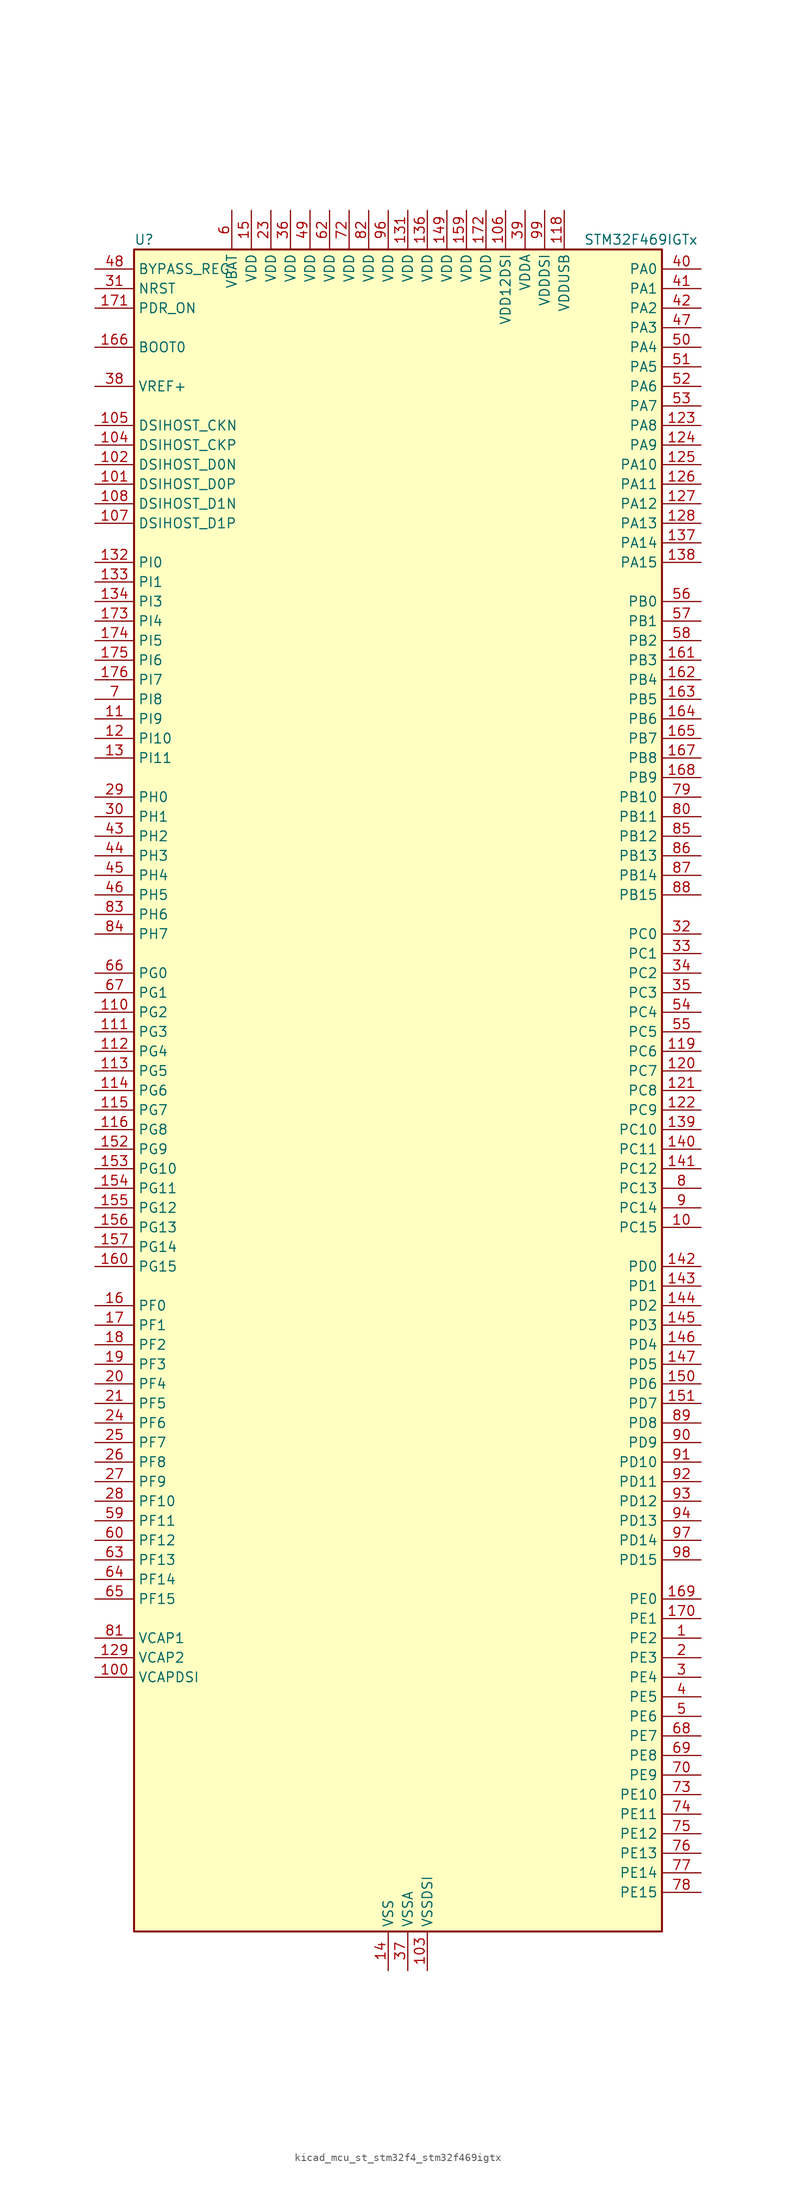
<source format=kicad_sym>
(kicad_symbol_lib
  (version 20220914)
  (generator kicad_symbol_editor)
  (symbol "kicad_mcu_st_stm32f4_stm32f469igtx"
    (property "Reference" "U"
      (at -33.02 110.49 0)
      (effects (font (size 1.27 1.27)) (justify left)))
    (property "Value" "STM32F469IGTx"
      (at 25.4 110.49 0)
      (effects (font (size 1.27 1.27)) (justify left)))
    (property "ki_locked" ""
      (at 0 0 0)
      (effects (font (size 1.27 1.27))))
    (symbol "kicad_mcu_st_stm32f4_stm32f469igtx_0_1"
      (rectangle (start -33.02 -109.22) (end 35.56 109.22) (stroke (width 0.254) (type default)) (fill (type background))))
    (symbol "kicad_mcu_st_stm32f4_stm32f469igtx_1_1"
      (pin bidirectional line (at 40.64 -71.12 180) (length 5.08) (name "PE2" (effects (font (size 1.27 1.27)))) (number "1" (effects (font (size 1.27 1.27)))) (alternate "ETH_TXD3" bidirectional line) (alternate "FMC_A23" bidirectional line) (alternate "QUADSPI_BK1_IO2" bidirectional line) (alternate "SAI1_MCLK_A" bidirectional line) (alternate "SPI4_SCK" bidirectional line) (alternate "SYS_TRACECLK" bidirectional line))
      (pin bidirectional line (at 40.64 -17.78 180) (length 5.08) (name "PC15" (effects (font (size 1.27 1.27)))) (number "10" (effects (font (size 1.27 1.27)))) (alternate "ADC1_EXTI15" bidirectional line) (alternate "ADC2_EXTI15" bidirectional line) (alternate "ADC3_EXTI15" bidirectional line) (alternate "RCC_OSC32_OUT" bidirectional line))
      (pin power_out line (at -38.1 -76.2 0) (length 5.08) (name "VCAPDSI" (effects (font (size 1.27 1.27)))) (number "100" (effects (font (size 1.27 1.27)))))
      (pin bidirectional line (at -38.1 78.74 0) (length 5.08) (name "DSIHOST_D0P" (effects (font (size 1.27 1.27)))) (number "101" (effects (font (size 1.27 1.27)))) (alternate "DSIHOST_D0P" bidirectional line))
      (pin bidirectional line (at -38.1 81.28 0) (length 5.08) (name "DSIHOST_D0N" (effects (font (size 1.27 1.27)))) (number "102" (effects (font (size 1.27 1.27)))) (alternate "DSIHOST_D0N" bidirectional line))
      (pin power_in line (at 5.08 -114.3 90) (length 5.08) (name "VSSDSI" (effects (font (size 1.27 1.27)))) (number "103" (effects (font (size 1.27 1.27)))))
      (pin bidirectional line (at -38.1 83.82 0) (length 5.08) (name "DSIHOST_CKP" (effects (font (size 1.27 1.27)))) (number "104" (effects (font (size 1.27 1.27)))) (alternate "DSIHOST_CKP" bidirectional line))
      (pin bidirectional line (at -38.1 86.36 0) (length 5.08) (name "DSIHOST_CKN" (effects (font (size 1.27 1.27)))) (number "105" (effects (font (size 1.27 1.27)))) (alternate "DSIHOST_CKN" bidirectional line))
      (pin power_in line (at 15.24 114.3 270) (length 5.08) (name "VDD12DSI" (effects (font (size 1.27 1.27)))) (number "106" (effects (font (size 1.27 1.27)))))
      (pin bidirectional line (at -38.1 73.66 0) (length 5.08) (name "DSIHOST_D1P" (effects (font (size 1.27 1.27)))) (number "107" (effects (font (size 1.27 1.27)))) (alternate "DSIHOST_D1P" bidirectional line))
      (pin bidirectional line (at -38.1 76.2 0) (length 5.08) (name "DSIHOST_D1N" (effects (font (size 1.27 1.27)))) (number "108" (effects (font (size 1.27 1.27)))) (alternate "DSIHOST_D1N" bidirectional line))
      (pin passive line (at 5.08 -114.3 90) (length 5.08) hide (name "VSSDSI" (effects (font (size 1.27 1.27)))) (number "109" (effects (font (size 1.27 1.27)))))
      (pin bidirectional line (at -38.1 48.26 0) (length 5.08) (name "PI9" (effects (font (size 1.27 1.27)))) (number "11" (effects (font (size 1.27 1.27)))) (alternate "CAN1_RX" bidirectional line) (alternate "DAC_EXTI9" bidirectional line) (alternate "FMC_D30" bidirectional line) (alternate "LTDC_VSYNC" bidirectional line))
      (pin bidirectional line (at -38.1 10.16 0) (length 5.08) (name "PG2" (effects (font (size 1.27 1.27)))) (number "110" (effects (font (size 1.27 1.27)))) (alternate "FMC_A12" bidirectional line))
      (pin bidirectional line (at -38.1 7.62 0) (length 5.08) (name "PG3" (effects (font (size 1.27 1.27)))) (number "111" (effects (font (size 1.27 1.27)))) (alternate "FMC_A13" bidirectional line))
      (pin bidirectional line (at -38.1 5.08 0) (length 5.08) (name "PG4" (effects (font (size 1.27 1.27)))) (number "112" (effects (font (size 1.27 1.27)))) (alternate "FMC_A14" bidirectional line) (alternate "FMC_BA0" bidirectional line))
      (pin bidirectional line (at -38.1 2.54 0) (length 5.08) (name "PG5" (effects (font (size 1.27 1.27)))) (number "113" (effects (font (size 1.27 1.27)))) (alternate "FMC_A15" bidirectional line) (alternate "FMC_BA1" bidirectional line))
      (pin bidirectional line (at -38.1 0 0) (length 5.08) (name "PG6" (effects (font (size 1.27 1.27)))) (number "114" (effects (font (size 1.27 1.27)))) (alternate "DCMI_D12" bidirectional line) (alternate "LTDC_R7" bidirectional line))
      (pin bidirectional line (at -38.1 -2.54 0) (length 5.08) (name "PG7" (effects (font (size 1.27 1.27)))) (number "115" (effects (font (size 1.27 1.27)))) (alternate "DCMI_D13" bidirectional line) (alternate "FMC_INT" bidirectional line) (alternate "LTDC_CLK" bidirectional line) (alternate "SAI1_MCLK_A" bidirectional line) (alternate "USART6_CK" bidirectional line))
      (pin bidirectional line (at -38.1 -5.08 0) (length 5.08) (name "PG8" (effects (font (size 1.27 1.27)))) (number "116" (effects (font (size 1.27 1.27)))) (alternate "ETH_PPS_OUT" bidirectional line) (alternate "FMC_SDCLK" bidirectional line) (alternate "LTDC_G7" bidirectional line) (alternate "SPI6_NSS" bidirectional line) (alternate "USART6_RTS" bidirectional line))
      (pin passive line (at 0 -114.3 90) (length 5.08) hide (name "VSS" (effects (font (size 1.27 1.27)))) (number "117" (effects (font (size 1.27 1.27)))))
      (pin power_in line (at 22.86 114.3 270) (length 5.08) (name "VDDUSB" (effects (font (size 1.27 1.27)))) (number "118" (effects (font (size 1.27 1.27)))))
      (pin bidirectional line (at 40.64 5.08 180) (length 5.08) (name "PC6" (effects (font (size 1.27 1.27)))) (number "119" (effects (font (size 1.27 1.27)))) (alternate "DCMI_D0" bidirectional line) (alternate "I2S2_MCK" bidirectional line) (alternate "LTDC_HSYNC" bidirectional line) (alternate "SDIO_D6" bidirectional line) (alternate "TIM3_CH1" bidirectional line) (alternate "TIM8_CH1" bidirectional line) (alternate "USART6_TX" bidirectional line))
      (pin bidirectional line (at -38.1 45.72 0) (length 5.08) (name "PI10" (effects (font (size 1.27 1.27)))) (number "12" (effects (font (size 1.27 1.27)))) (alternate "ETH_RX_ER" bidirectional line) (alternate "FMC_D31" bidirectional line) (alternate "LTDC_HSYNC" bidirectional line))
      (pin bidirectional line (at 40.64 2.54 180) (length 5.08) (name "PC7" (effects (font (size 1.27 1.27)))) (number "120" (effects (font (size 1.27 1.27)))) (alternate "DCMI_D1" bidirectional line) (alternate "I2S3_MCK" bidirectional line) (alternate "LTDC_G6" bidirectional line) (alternate "SDIO_D7" bidirectional line) (alternate "TIM3_CH2" bidirectional line) (alternate "TIM8_CH2" bidirectional line) (alternate "USART6_RX" bidirectional line))
      (pin bidirectional line (at 40.64 0 180) (length 5.08) (name "PC8" (effects (font (size 1.27 1.27)))) (number "121" (effects (font (size 1.27 1.27)))) (alternate "DCMI_D2" bidirectional line) (alternate "SDIO_D0" bidirectional line) (alternate "SYS_TRACED1" bidirectional line) (alternate "TIM3_CH3" bidirectional line) (alternate "TIM8_CH3" bidirectional line) (alternate "USART6_CK" bidirectional line))
      (pin bidirectional line (at 40.64 -2.54 180) (length 5.08) (name "PC9" (effects (font (size 1.27 1.27)))) (number "122" (effects (font (size 1.27 1.27)))) (alternate "DAC_EXTI9" bidirectional line) (alternate "DCMI_D3" bidirectional line) (alternate "I2C3_SDA" bidirectional line) (alternate "I2S_CKIN" bidirectional line) (alternate "QUADSPI_BK1_IO0" bidirectional line) (alternate "RCC_MCO_2" bidirectional line) (alternate "SDIO_D1" bidirectional line) (alternate "TIM3_CH4" bidirectional line) (alternate "TIM8_CH4" bidirectional line))
      (pin bidirectional line (at 40.64 86.36 180) (length 5.08) (name "PA8" (effects (font (size 1.27 1.27)))) (number "123" (effects (font (size 1.27 1.27)))) (alternate "I2C3_SCL" bidirectional line) (alternate "LTDC_R6" bidirectional line) (alternate "RCC_MCO_1" bidirectional line) (alternate "TIM1_CH1" bidirectional line) (alternate "USART1_CK" bidirectional line) (alternate "USB_OTG_FS_SOF" bidirectional line))
      (pin bidirectional line (at 40.64 83.82 180) (length 5.08) (name "PA9" (effects (font (size 1.27 1.27)))) (number "124" (effects (font (size 1.27 1.27)))) (alternate "DAC_EXTI9" bidirectional line) (alternate "DCMI_D0" bidirectional line) (alternate "I2C3_SMBA" bidirectional line) (alternate "I2S2_CK" bidirectional line) (alternate "SPI2_SCK" bidirectional line) (alternate "TIM1_CH2" bidirectional line) (alternate "USART1_TX" bidirectional line) (alternate "USB_OTG_FS_VBUS" bidirectional line))
      (pin bidirectional line (at 40.64 81.28 180) (length 5.08) (name "PA10" (effects (font (size 1.27 1.27)))) (number "125" (effects (font (size 1.27 1.27)))) (alternate "DCMI_D1" bidirectional line) (alternate "TIM1_CH3" bidirectional line) (alternate "USART1_RX" bidirectional line) (alternate "USB_OTG_FS_ID" bidirectional line))
      (pin bidirectional line (at 40.64 78.74 180) (length 5.08) (name "PA11" (effects (font (size 1.27 1.27)))) (number "126" (effects (font (size 1.27 1.27)))) (alternate "ADC1_EXTI11" bidirectional line) (alternate "ADC2_EXTI11" bidirectional line) (alternate "ADC3_EXTI11" bidirectional line) (alternate "CAN1_RX" bidirectional line) (alternate "LTDC_R4" bidirectional line) (alternate "TIM1_CH4" bidirectional line) (alternate "USART1_CTS" bidirectional line) (alternate "USB_OTG_FS_DM" bidirectional line))
      (pin bidirectional line (at 40.64 76.2 180) (length 5.08) (name "PA12" (effects (font (size 1.27 1.27)))) (number "127" (effects (font (size 1.27 1.27)))) (alternate "CAN1_TX" bidirectional line) (alternate "LTDC_R5" bidirectional line) (alternate "TIM1_ETR" bidirectional line) (alternate "USART1_RTS" bidirectional line) (alternate "USB_OTG_FS_DP" bidirectional line))
      (pin bidirectional line (at 40.64 73.66 180) (length 5.08) (name "PA13" (effects (font (size 1.27 1.27)))) (number "128" (effects (font (size 1.27 1.27)))) (alternate "SYS_JTMS-SWDIO" bidirectional line))
      (pin power_out line (at -38.1 -73.66 0) (length 5.08) (name "VCAP2" (effects (font (size 1.27 1.27)))) (number "129" (effects (font (size 1.27 1.27)))))
      (pin bidirectional line (at -38.1 43.18 0) (length 5.08) (name "PI11" (effects (font (size 1.27 1.27)))) (number "13" (effects (font (size 1.27 1.27)))) (alternate "ADC1_EXTI11" bidirectional line) (alternate "ADC2_EXTI11" bidirectional line) (alternate "ADC3_EXTI11" bidirectional line) (alternate "LTDC_G6" bidirectional line) (alternate "USB_OTG_HS_ULPI_DIR" bidirectional line))
      (pin passive line (at 0 -114.3 90) (length 5.08) hide (name "VSS" (effects (font (size 1.27 1.27)))) (number "130" (effects (font (size 1.27 1.27)))))
      (pin power_in line (at 2.54 114.3 270) (length 5.08) (name "VDD" (effects (font (size 1.27 1.27)))) (number "131" (effects (font (size 1.27 1.27)))))
      (pin bidirectional line (at -38.1 68.58 0) (length 5.08) (name "PI0" (effects (font (size 1.27 1.27)))) (number "132" (effects (font (size 1.27 1.27)))) (alternate "DCMI_D13" bidirectional line) (alternate "FMC_D24" bidirectional line) (alternate "I2S2_WS" bidirectional line) (alternate "LTDC_G5" bidirectional line) (alternate "SPI2_NSS" bidirectional line) (alternate "TIM5_CH4" bidirectional line))
      (pin bidirectional line (at -38.1 66.04 0) (length 5.08) (name "PI1" (effects (font (size 1.27 1.27)))) (number "133" (effects (font (size 1.27 1.27)))) (alternate "DCMI_D8" bidirectional line) (alternate "FMC_D25" bidirectional line) (alternate "I2S2_CK" bidirectional line) (alternate "LTDC_G6" bidirectional line) (alternate "SPI2_SCK" bidirectional line))
      (pin bidirectional line (at -38.1 63.5 0) (length 5.08) (name "PI3" (effects (font (size 1.27 1.27)))) (number "134" (effects (font (size 1.27 1.27)))) (alternate "DCMI_D10" bidirectional line) (alternate "FMC_D27" bidirectional line) (alternate "I2S2_SD" bidirectional line) (alternate "SPI2_MOSI" bidirectional line) (alternate "TIM8_ETR" bidirectional line))
      (pin passive line (at 0 -114.3 90) (length 5.08) hide (name "VSS" (effects (font (size 1.27 1.27)))) (number "135" (effects (font (size 1.27 1.27)))))
      (pin power_in line (at 5.08 114.3 270) (length 5.08) (name "VDD" (effects (font (size 1.27 1.27)))) (number "136" (effects (font (size 1.27 1.27)))))
      (pin bidirectional line (at 40.64 71.12 180) (length 5.08) (name "PA14" (effects (font (size 1.27 1.27)))) (number "137" (effects (font (size 1.27 1.27)))) (alternate "SYS_JTCK-SWCLK" bidirectional line))
      (pin bidirectional line (at 40.64 68.58 180) (length 5.08) (name "PA15" (effects (font (size 1.27 1.27)))) (number "138" (effects (font (size 1.27 1.27)))) (alternate "ADC1_EXTI15" bidirectional line) (alternate "ADC2_EXTI15" bidirectional line) (alternate "ADC3_EXTI15" bidirectional line) (alternate "I2S3_WS" bidirectional line) (alternate "SPI1_NSS" bidirectional line) (alternate "SPI3_NSS" bidirectional line) (alternate "SYS_JTDI" bidirectional line) (alternate "TIM2_CH1" bidirectional line) (alternate "TIM2_ETR" bidirectional line))
      (pin bidirectional line (at 40.64 -5.08 180) (length 5.08) (name "PC10" (effects (font (size 1.27 1.27)))) (number "139" (effects (font (size 1.27 1.27)))) (alternate "DCMI_D8" bidirectional line) (alternate "I2S3_CK" bidirectional line) (alternate "LTDC_R2" bidirectional line) (alternate "QUADSPI_BK1_IO1" bidirectional line) (alternate "SDIO_D2" bidirectional line) (alternate "SPI3_SCK" bidirectional line) (alternate "UART4_TX" bidirectional line) (alternate "USART3_TX" bidirectional line))
      (pin power_in line (at 0 -114.3 90) (length 5.08) (name "VSS" (effects (font (size 1.27 1.27)))) (number "14" (effects (font (size 1.27 1.27)))))
      (pin bidirectional line (at 40.64 -7.62 180) (length 5.08) (name "PC11" (effects (font (size 1.27 1.27)))) (number "140" (effects (font (size 1.27 1.27)))) (alternate "ADC1_EXTI11" bidirectional line) (alternate "ADC2_EXTI11" bidirectional line) (alternate "ADC3_EXTI11" bidirectional line) (alternate "DCMI_D4" bidirectional line) (alternate "I2S3_ext_SD" bidirectional line) (alternate "QUADSPI_BK2_NCS" bidirectional line) (alternate "SDIO_D3" bidirectional line) (alternate "SPI3_MISO" bidirectional line) (alternate "UART4_RX" bidirectional line) (alternate "USART3_RX" bidirectional line))
      (pin bidirectional line (at 40.64 -10.16 180) (length 5.08) (name "PC12" (effects (font (size 1.27 1.27)))) (number "141" (effects (font (size 1.27 1.27)))) (alternate "DCMI_D9" bidirectional line) (alternate "I2S3_SD" bidirectional line) (alternate "SDIO_CK" bidirectional line) (alternate "SPI3_MOSI" bidirectional line) (alternate "SYS_TRACED3" bidirectional line) (alternate "UART5_TX" bidirectional line) (alternate "USART3_CK" bidirectional line))
      (pin bidirectional line (at 40.64 -22.86 180) (length 5.08) (name "PD0" (effects (font (size 1.27 1.27)))) (number "142" (effects (font (size 1.27 1.27)))) (alternate "CAN1_RX" bidirectional line) (alternate "FMC_D2" bidirectional line) (alternate "FMC_DA2" bidirectional line))
      (pin bidirectional line (at 40.64 -25.4 180) (length 5.08) (name "PD1" (effects (font (size 1.27 1.27)))) (number "143" (effects (font (size 1.27 1.27)))) (alternate "CAN1_TX" bidirectional line) (alternate "FMC_D3" bidirectional line) (alternate "FMC_DA3" bidirectional line))
      (pin bidirectional line (at 40.64 -27.94 180) (length 5.08) (name "PD2" (effects (font (size 1.27 1.27)))) (number "144" (effects (font (size 1.27 1.27)))) (alternate "DCMI_D11" bidirectional line) (alternate "SDIO_CMD" bidirectional line) (alternate "SYS_TRACED2" bidirectional line) (alternate "TIM3_ETR" bidirectional line) (alternate "UART5_RX" bidirectional line))
      (pin bidirectional line (at 40.64 -30.48 180) (length 5.08) (name "PD3" (effects (font (size 1.27 1.27)))) (number "145" (effects (font (size 1.27 1.27)))) (alternate "DCMI_D5" bidirectional line) (alternate "FMC_CLK" bidirectional line) (alternate "I2S2_CK" bidirectional line) (alternate "LTDC_G7" bidirectional line) (alternate "SPI2_SCK" bidirectional line) (alternate "USART2_CTS" bidirectional line))
      (pin bidirectional line (at 40.64 -33.02 180) (length 5.08) (name "PD4" (effects (font (size 1.27 1.27)))) (number "146" (effects (font (size 1.27 1.27)))) (alternate "FMC_NOE" bidirectional line) (alternate "USART2_RTS" bidirectional line))
      (pin bidirectional line (at 40.64 -35.56 180) (length 5.08) (name "PD5" (effects (font (size 1.27 1.27)))) (number "147" (effects (font (size 1.27 1.27)))) (alternate "FMC_NWE" bidirectional line) (alternate "USART2_TX" bidirectional line))
      (pin passive line (at 0 -114.3 90) (length 5.08) hide (name "VSS" (effects (font (size 1.27 1.27)))) (number "148" (effects (font (size 1.27 1.27)))))
      (pin power_in line (at 7.62 114.3 270) (length 5.08) (name "VDD" (effects (font (size 1.27 1.27)))) (number "149" (effects (font (size 1.27 1.27)))))
      (pin power_in line (at -17.78 114.3 270) (length 5.08) (name "VDD" (effects (font (size 1.27 1.27)))) (number "15" (effects (font (size 1.27 1.27)))))
      (pin bidirectional line (at 40.64 -38.1 180) (length 5.08) (name "PD6" (effects (font (size 1.27 1.27)))) (number "150" (effects (font (size 1.27 1.27)))) (alternate "DCMI_D10" bidirectional line) (alternate "FMC_NWAIT" bidirectional line) (alternate "I2S3_SD" bidirectional line) (alternate "LTDC_B2" bidirectional line) (alternate "SAI1_SD_A" bidirectional line) (alternate "SPI3_MOSI" bidirectional line) (alternate "USART2_RX" bidirectional line))
      (pin bidirectional line (at 40.64 -40.64 180) (length 5.08) (name "PD7" (effects (font (size 1.27 1.27)))) (number "151" (effects (font (size 1.27 1.27)))) (alternate "FMC_NE1" bidirectional line) (alternate "USART2_CK" bidirectional line))
      (pin bidirectional line (at -38.1 -7.62 0) (length 5.08) (name "PG9" (effects (font (size 1.27 1.27)))) (number "152" (effects (font (size 1.27 1.27)))) (alternate "DAC_EXTI9" bidirectional line) (alternate "DCMI_VSYNC" bidirectional line) (alternate "FMC_NCE" bidirectional line) (alternate "FMC_NE2" bidirectional line) (alternate "QUADSPI_BK2_IO2" bidirectional line) (alternate "USART6_RX" bidirectional line))
      (pin bidirectional line (at -38.1 -10.16 0) (length 5.08) (name "PG10" (effects (font (size 1.27 1.27)))) (number "153" (effects (font (size 1.27 1.27)))) (alternate "DCMI_D2" bidirectional line) (alternate "FMC_NE3" bidirectional line) (alternate "LTDC_B2" bidirectional line) (alternate "LTDC_G3" bidirectional line))
      (pin bidirectional line (at -38.1 -12.7 0) (length 5.08) (name "PG11" (effects (font (size 1.27 1.27)))) (number "154" (effects (font (size 1.27 1.27)))) (alternate "ADC1_EXTI11" bidirectional line) (alternate "ADC2_EXTI11" bidirectional line) (alternate "ADC3_EXTI11" bidirectional line) (alternate "DCMI_D3" bidirectional line) (alternate "ETH_TX_EN" bidirectional line) (alternate "LTDC_B3" bidirectional line))
      (pin bidirectional line (at -38.1 -15.24 0) (length 5.08) (name "PG12" (effects (font (size 1.27 1.27)))) (number "155" (effects (font (size 1.27 1.27)))) (alternate "FMC_NE4" bidirectional line) (alternate "LTDC_B1" bidirectional line) (alternate "LTDC_B4" bidirectional line) (alternate "SPI6_MISO" bidirectional line) (alternate "USART6_RTS" bidirectional line))
      (pin bidirectional line (at -38.1 -17.78 0) (length 5.08) (name "PG13" (effects (font (size 1.27 1.27)))) (number "156" (effects (font (size 1.27 1.27)))) (alternate "ETH_TXD0" bidirectional line) (alternate "FMC_A24" bidirectional line) (alternate "LTDC_R0" bidirectional line) (alternate "SPI6_SCK" bidirectional line) (alternate "SYS_TRACED0" bidirectional line) (alternate "USART6_CTS" bidirectional line))
      (pin bidirectional line (at -38.1 -20.32 0) (length 5.08) (name "PG14" (effects (font (size 1.27 1.27)))) (number "157" (effects (font (size 1.27 1.27)))) (alternate "ETH_TXD1" bidirectional line) (alternate "FMC_A25" bidirectional line) (alternate "LTDC_B0" bidirectional line) (alternate "QUADSPI_BK2_IO3" bidirectional line) (alternate "SPI6_MOSI" bidirectional line) (alternate "SYS_TRACED1" bidirectional line) (alternate "USART6_TX" bidirectional line))
      (pin passive line (at 0 -114.3 90) (length 5.08) hide (name "VSS" (effects (font (size 1.27 1.27)))) (number "158" (effects (font (size 1.27 1.27)))))
      (pin power_in line (at 10.16 114.3 270) (length 5.08) (name "VDD" (effects (font (size 1.27 1.27)))) (number "159" (effects (font (size 1.27 1.27)))))
      (pin bidirectional line (at -38.1 -27.94 0) (length 5.08) (name "PF0" (effects (font (size 1.27 1.27)))) (number "16" (effects (font (size 1.27 1.27)))) (alternate "FMC_A0" bidirectional line) (alternate "I2C2_SDA" bidirectional line))
      (pin bidirectional line (at -38.1 -22.86 0) (length 5.08) (name "PG15" (effects (font (size 1.27 1.27)))) (number "160" (effects (font (size 1.27 1.27)))) (alternate "ADC1_EXTI15" bidirectional line) (alternate "ADC2_EXTI15" bidirectional line) (alternate "ADC3_EXTI15" bidirectional line) (alternate "DCMI_D13" bidirectional line) (alternate "FMC_SDNCAS" bidirectional line) (alternate "USART6_CTS" bidirectional line))
      (pin bidirectional line (at 40.64 55.88 180) (length 5.08) (name "PB3" (effects (font (size 1.27 1.27)))) (number "161" (effects (font (size 1.27 1.27)))) (alternate "I2S3_CK" bidirectional line) (alternate "SPI1_SCK" bidirectional line) (alternate "SPI3_SCK" bidirectional line) (alternate "SYS_JTDO-SWO" bidirectional line) (alternate "TIM2_CH2" bidirectional line))
      (pin bidirectional line (at 40.64 53.34 180) (length 5.08) (name "PB4" (effects (font (size 1.27 1.27)))) (number "162" (effects (font (size 1.27 1.27)))) (alternate "I2S3_ext_SD" bidirectional line) (alternate "SPI1_MISO" bidirectional line) (alternate "SPI3_MISO" bidirectional line) (alternate "SYS_JTRST" bidirectional line) (alternate "TIM3_CH1" bidirectional line))
      (pin bidirectional line (at 40.64 50.8 180) (length 5.08) (name "PB5" (effects (font (size 1.27 1.27)))) (number "163" (effects (font (size 1.27 1.27)))) (alternate "CAN2_RX" bidirectional line) (alternate "DCMI_D10" bidirectional line) (alternate "ETH_PPS_OUT" bidirectional line) (alternate "FMC_SDCKE1" bidirectional line) (alternate "I2C1_SMBA" bidirectional line) (alternate "I2S3_SD" bidirectional line) (alternate "LTDC_G7" bidirectional line) (alternate "SPI1_MOSI" bidirectional line) (alternate "SPI3_MOSI" bidirectional line) (alternate "TIM3_CH2" bidirectional line) (alternate "USB_OTG_HS_ULPI_D7" bidirectional line))
      (pin bidirectional line (at 40.64 48.26 180) (length 5.08) (name "PB6" (effects (font (size 1.27 1.27)))) (number "164" (effects (font (size 1.27 1.27)))) (alternate "CAN2_TX" bidirectional line) (alternate "DCMI_D5" bidirectional line) (alternate "FMC_SDNE1" bidirectional line) (alternate "I2C1_SCL" bidirectional line) (alternate "QUADSPI_BK1_NCS" bidirectional line) (alternate "TIM4_CH1" bidirectional line) (alternate "USART1_TX" bidirectional line))
      (pin bidirectional line (at 40.64 45.72 180) (length 5.08) (name "PB7" (effects (font (size 1.27 1.27)))) (number "165" (effects (font (size 1.27 1.27)))) (alternate "DCMI_VSYNC" bidirectional line) (alternate "FMC_NL" bidirectional line) (alternate "I2C1_SDA" bidirectional line) (alternate "TIM4_CH2" bidirectional line) (alternate "USART1_RX" bidirectional line))
      (pin input line (at -38.1 96.52 0) (length 5.08) (name "BOOT0" (effects (font (size 1.27 1.27)))) (number "166" (effects (font (size 1.27 1.27)))))
      (pin bidirectional line (at 40.64 43.18 180) (length 5.08) (name "PB8" (effects (font (size 1.27 1.27)))) (number "167" (effects (font (size 1.27 1.27)))) (alternate "CAN1_RX" bidirectional line) (alternate "DCMI_D6" bidirectional line) (alternate "ETH_TXD3" bidirectional line) (alternate "I2C1_SCL" bidirectional line) (alternate "LTDC_B6" bidirectional line) (alternate "SDIO_D4" bidirectional line) (alternate "TIM10_CH1" bidirectional line) (alternate "TIM4_CH3" bidirectional line))
      (pin bidirectional line (at 40.64 40.64 180) (length 5.08) (name "PB9" (effects (font (size 1.27 1.27)))) (number "168" (effects (font (size 1.27 1.27)))) (alternate "CAN1_TX" bidirectional line) (alternate "DAC_EXTI9" bidirectional line) (alternate "DCMI_D7" bidirectional line) (alternate "I2C1_SDA" bidirectional line) (alternate "I2S2_WS" bidirectional line) (alternate "LTDC_B7" bidirectional line) (alternate "SDIO_D5" bidirectional line) (alternate "SPI2_NSS" bidirectional line) (alternate "TIM11_CH1" bidirectional line) (alternate "TIM4_CH4" bidirectional line))
      (pin bidirectional line (at 40.64 -66.04 180) (length 5.08) (name "PE0" (effects (font (size 1.27 1.27)))) (number "169" (effects (font (size 1.27 1.27)))) (alternate "DCMI_D2" bidirectional line) (alternate "FMC_NBL0" bidirectional line) (alternate "TIM4_ETR" bidirectional line) (alternate "UART8_RX" bidirectional line))
      (pin bidirectional line (at -38.1 -30.48 0) (length 5.08) (name "PF1" (effects (font (size 1.27 1.27)))) (number "17" (effects (font (size 1.27 1.27)))) (alternate "FMC_A1" bidirectional line) (alternate "I2C2_SCL" bidirectional line))
      (pin bidirectional line (at 40.64 -68.58 180) (length 5.08) (name "PE1" (effects (font (size 1.27 1.27)))) (number "170" (effects (font (size 1.27 1.27)))) (alternate "DCMI_D3" bidirectional line) (alternate "FMC_NBL1" bidirectional line) (alternate "UART8_TX" bidirectional line))
      (pin input line (at -38.1 101.6 0) (length 5.08) (name "PDR_ON" (effects (font (size 1.27 1.27)))) (number "171" (effects (font (size 1.27 1.27)))))
      (pin power_in line (at 12.7 114.3 270) (length 5.08) (name "VDD" (effects (font (size 1.27 1.27)))) (number "172" (effects (font (size 1.27 1.27)))))
      (pin bidirectional line (at -38.1 60.96 0) (length 5.08) (name "PI4" (effects (font (size 1.27 1.27)))) (number "173" (effects (font (size 1.27 1.27)))) (alternate "DCMI_D5" bidirectional line) (alternate "FMC_NBL2" bidirectional line) (alternate "LTDC_B4" bidirectional line) (alternate "TIM8_BKIN" bidirectional line))
      (pin bidirectional line (at -38.1 58.42 0) (length 5.08) (name "PI5" (effects (font (size 1.27 1.27)))) (number "174" (effects (font (size 1.27 1.27)))) (alternate "DCMI_VSYNC" bidirectional line) (alternate "FMC_NBL3" bidirectional line) (alternate "LTDC_B5" bidirectional line) (alternate "TIM8_CH1" bidirectional line))
      (pin bidirectional line (at -38.1 55.88 0) (length 5.08) (name "PI6" (effects (font (size 1.27 1.27)))) (number "175" (effects (font (size 1.27 1.27)))) (alternate "DCMI_D6" bidirectional line) (alternate "FMC_D28" bidirectional line) (alternate "LTDC_B6" bidirectional line) (alternate "TIM8_CH2" bidirectional line))
      (pin bidirectional line (at -38.1 53.34 0) (length 5.08) (name "PI7" (effects (font (size 1.27 1.27)))) (number "176" (effects (font (size 1.27 1.27)))) (alternate "DCMI_D7" bidirectional line) (alternate "FMC_D29" bidirectional line) (alternate "LTDC_B7" bidirectional line) (alternate "TIM8_CH3" bidirectional line))
      (pin bidirectional line (at -38.1 -33.02 0) (length 5.08) (name "PF2" (effects (font (size 1.27 1.27)))) (number "18" (effects (font (size 1.27 1.27)))) (alternate "FMC_A2" bidirectional line) (alternate "I2C2_SMBA" bidirectional line))
      (pin bidirectional line (at -38.1 -35.56 0) (length 5.08) (name "PF3" (effects (font (size 1.27 1.27)))) (number "19" (effects (font (size 1.27 1.27)))) (alternate "ADC3_IN9" bidirectional line) (alternate "FMC_A3" bidirectional line))
      (pin bidirectional line (at 40.64 -73.66 180) (length 5.08) (name "PE3" (effects (font (size 1.27 1.27)))) (number "2" (effects (font (size 1.27 1.27)))) (alternate "FMC_A19" bidirectional line) (alternate "SAI1_SD_B" bidirectional line) (alternate "SYS_TRACED0" bidirectional line))
      (pin bidirectional line (at -38.1 -38.1 0) (length 5.08) (name "PF4" (effects (font (size 1.27 1.27)))) (number "20" (effects (font (size 1.27 1.27)))) (alternate "ADC3_IN14" bidirectional line) (alternate "FMC_A4" bidirectional line))
      (pin bidirectional line (at -38.1 -40.64 0) (length 5.08) (name "PF5" (effects (font (size 1.27 1.27)))) (number "21" (effects (font (size 1.27 1.27)))) (alternate "ADC3_IN15" bidirectional line) (alternate "FMC_A5" bidirectional line))
      (pin passive line (at 0 -114.3 90) (length 5.08) hide (name "VSS" (effects (font (size 1.27 1.27)))) (number "22" (effects (font (size 1.27 1.27)))))
      (pin power_in line (at -15.24 114.3 270) (length 5.08) (name "VDD" (effects (font (size 1.27 1.27)))) (number "23" (effects (font (size 1.27 1.27)))))
      (pin bidirectional line (at -38.1 -43.18 0) (length 5.08) (name "PF6" (effects (font (size 1.27 1.27)))) (number "24" (effects (font (size 1.27 1.27)))) (alternate "ADC3_IN4" bidirectional line) (alternate "QUADSPI_BK1_IO3" bidirectional line) (alternate "SAI1_SD_B" bidirectional line) (alternate "SPI5_NSS" bidirectional line) (alternate "TIM10_CH1" bidirectional line) (alternate "UART7_RX" bidirectional line))
      (pin bidirectional line (at -38.1 -45.72 0) (length 5.08) (name "PF7" (effects (font (size 1.27 1.27)))) (number "25" (effects (font (size 1.27 1.27)))) (alternate "ADC3_IN5" bidirectional line) (alternate "QUADSPI_BK1_IO2" bidirectional line) (alternate "SAI1_MCLK_B" bidirectional line) (alternate "SPI5_SCK" bidirectional line) (alternate "TIM11_CH1" bidirectional line) (alternate "UART7_TX" bidirectional line))
      (pin bidirectional line (at -38.1 -48.26 0) (length 5.08) (name "PF8" (effects (font (size 1.27 1.27)))) (number "26" (effects (font (size 1.27 1.27)))) (alternate "ADC3_IN6" bidirectional line) (alternate "QUADSPI_BK1_IO0" bidirectional line) (alternate "SAI1_SCK_B" bidirectional line) (alternate "SPI5_MISO" bidirectional line) (alternate "TIM13_CH1" bidirectional line))
      (pin bidirectional line (at -38.1 -50.8 0) (length 5.08) (name "PF9" (effects (font (size 1.27 1.27)))) (number "27" (effects (font (size 1.27 1.27)))) (alternate "ADC3_IN7" bidirectional line) (alternate "DAC_EXTI9" bidirectional line) (alternate "QUADSPI_BK1_IO1" bidirectional line) (alternate "SAI1_FS_B" bidirectional line) (alternate "SPI5_MOSI" bidirectional line) (alternate "TIM14_CH1" bidirectional line))
      (pin bidirectional line (at -38.1 -53.34 0) (length 5.08) (name "PF10" (effects (font (size 1.27 1.27)))) (number "28" (effects (font (size 1.27 1.27)))) (alternate "ADC3_IN8" bidirectional line) (alternate "DCMI_D11" bidirectional line) (alternate "LTDC_DE" bidirectional line) (alternate "QUADSPI_CLK" bidirectional line))
      (pin bidirectional line (at -38.1 38.1 0) (length 5.08) (name "PH0" (effects (font (size 1.27 1.27)))) (number "29" (effects (font (size 1.27 1.27)))) (alternate "RCC_OSC_IN" bidirectional line))
      (pin bidirectional line (at 40.64 -76.2 180) (length 5.08) (name "PE4" (effects (font (size 1.27 1.27)))) (number "3" (effects (font (size 1.27 1.27)))) (alternate "DCMI_D4" bidirectional line) (alternate "FMC_A20" bidirectional line) (alternate "LTDC_B0" bidirectional line) (alternate "SAI1_FS_A" bidirectional line) (alternate "SPI4_NSS" bidirectional line) (alternate "SYS_TRACED1" bidirectional line))
      (pin bidirectional line (at -38.1 35.56 0) (length 5.08) (name "PH1" (effects (font (size 1.27 1.27)))) (number "30" (effects (font (size 1.27 1.27)))) (alternate "RCC_OSC_OUT" bidirectional line))
      (pin input line (at -38.1 104.14 0) (length 5.08) (name "NRST" (effects (font (size 1.27 1.27)))) (number "31" (effects (font (size 1.27 1.27)))))
      (pin bidirectional line (at 40.64 20.32 180) (length 5.08) (name "PC0" (effects (font (size 1.27 1.27)))) (number "32" (effects (font (size 1.27 1.27)))) (alternate "ADC1_IN10" bidirectional line) (alternate "ADC2_IN10" bidirectional line) (alternate "ADC3_IN10" bidirectional line) (alternate "FMC_SDNWE" bidirectional line) (alternate "LTDC_R5" bidirectional line) (alternate "USB_OTG_HS_ULPI_STP" bidirectional line))
      (pin bidirectional line (at 40.64 17.78 180) (length 5.08) (name "PC1" (effects (font (size 1.27 1.27)))) (number "33" (effects (font (size 1.27 1.27)))) (alternate "ADC1_IN11" bidirectional line) (alternate "ADC2_IN11" bidirectional line) (alternate "ADC3_IN11" bidirectional line) (alternate "ETH_MDC" bidirectional line) (alternate "I2S2_SD" bidirectional line) (alternate "SAI1_SD_A" bidirectional line) (alternate "SPI2_MOSI" bidirectional line) (alternate "SYS_TRACED0" bidirectional line))
      (pin bidirectional line (at 40.64 15.24 180) (length 5.08) (name "PC2" (effects (font (size 1.27 1.27)))) (number "34" (effects (font (size 1.27 1.27)))) (alternate "ADC1_IN12" bidirectional line) (alternate "ADC2_IN12" bidirectional line) (alternate "ADC3_IN12" bidirectional line) (alternate "ETH_TXD2" bidirectional line) (alternate "FMC_SDNE0" bidirectional line) (alternate "I2S2_ext_SD" bidirectional line) (alternate "SPI2_MISO" bidirectional line) (alternate "USB_OTG_HS_ULPI_DIR" bidirectional line))
      (pin bidirectional line (at 40.64 12.7 180) (length 5.08) (name "PC3" (effects (font (size 1.27 1.27)))) (number "35" (effects (font (size 1.27 1.27)))) (alternate "ADC1_IN13" bidirectional line) (alternate "ADC2_IN13" bidirectional line) (alternate "ADC3_IN13" bidirectional line) (alternate "ETH_TX_CLK" bidirectional line) (alternate "FMC_SDCKE0" bidirectional line) (alternate "I2S2_SD" bidirectional line) (alternate "SPI2_MOSI" bidirectional line) (alternate "USB_OTG_HS_ULPI_NXT" bidirectional line))
      (pin power_in line (at -12.7 114.3 270) (length 5.08) (name "VDD" (effects (font (size 1.27 1.27)))) (number "36" (effects (font (size 1.27 1.27)))))
      (pin power_in line (at 2.54 -114.3 90) (length 5.08) (name "VSSA" (effects (font (size 1.27 1.27)))) (number "37" (effects (font (size 1.27 1.27)))))
      (pin input line (at -38.1 91.44 0) (length 5.08) (name "VREF+" (effects (font (size 1.27 1.27)))) (number "38" (effects (font (size 1.27 1.27)))))
      (pin power_in line (at 17.78 114.3 270) (length 5.08) (name "VDDA" (effects (font (size 1.27 1.27)))) (number "39" (effects (font (size 1.27 1.27)))))
      (pin bidirectional line (at 40.64 -78.74 180) (length 5.08) (name "PE5" (effects (font (size 1.27 1.27)))) (number "4" (effects (font (size 1.27 1.27)))) (alternate "DCMI_D6" bidirectional line) (alternate "FMC_A21" bidirectional line) (alternate "LTDC_G0" bidirectional line) (alternate "SAI1_SCK_A" bidirectional line) (alternate "SPI4_MISO" bidirectional line) (alternate "SYS_TRACED2" bidirectional line) (alternate "TIM9_CH1" bidirectional line))
      (pin bidirectional line (at 40.64 106.68 180) (length 5.08) (name "PA0" (effects (font (size 1.27 1.27)))) (number "40" (effects (font (size 1.27 1.27)))) (alternate "ADC1_IN0" bidirectional line) (alternate "ADC2_IN0" bidirectional line) (alternate "ADC3_IN0" bidirectional line) (alternate "ETH_CRS" bidirectional line) (alternate "SYS_WKUP" bidirectional line) (alternate "TIM2_CH1" bidirectional line) (alternate "TIM2_ETR" bidirectional line) (alternate "TIM5_CH1" bidirectional line) (alternate "TIM8_ETR" bidirectional line) (alternate "UART4_TX" bidirectional line) (alternate "USART2_CTS" bidirectional line))
      (pin bidirectional line (at 40.64 104.14 180) (length 5.08) (name "PA1" (effects (font (size 1.27 1.27)))) (number "41" (effects (font (size 1.27 1.27)))) (alternate "ADC1_IN1" bidirectional line) (alternate "ADC2_IN1" bidirectional line) (alternate "ADC3_IN1" bidirectional line) (alternate "ETH_REF_CLK" bidirectional line) (alternate "ETH_RX_CLK" bidirectional line) (alternate "LTDC_R2" bidirectional line) (alternate "QUADSPI_BK1_IO3" bidirectional line) (alternate "TIM2_CH2" bidirectional line) (alternate "TIM5_CH2" bidirectional line) (alternate "UART4_RX" bidirectional line) (alternate "USART2_RTS" bidirectional line))
      (pin bidirectional line (at 40.64 101.6 180) (length 5.08) (name "PA2" (effects (font (size 1.27 1.27)))) (number "42" (effects (font (size 1.27 1.27)))) (alternate "ADC1_IN2" bidirectional line) (alternate "ADC2_IN2" bidirectional line) (alternate "ADC3_IN2" bidirectional line) (alternate "ETH_MDIO" bidirectional line) (alternate "LTDC_R1" bidirectional line) (alternate "TIM2_CH3" bidirectional line) (alternate "TIM5_CH3" bidirectional line) (alternate "TIM9_CH1" bidirectional line) (alternate "USART2_TX" bidirectional line))
      (pin bidirectional line (at -38.1 33.02 0) (length 5.08) (name "PH2" (effects (font (size 1.27 1.27)))) (number "43" (effects (font (size 1.27 1.27)))) (alternate "ETH_CRS" bidirectional line) (alternate "FMC_SDCKE0" bidirectional line) (alternate "LTDC_R0" bidirectional line) (alternate "QUADSPI_BK2_IO0" bidirectional line))
      (pin bidirectional line (at -38.1 30.48 0) (length 5.08) (name "PH3" (effects (font (size 1.27 1.27)))) (number "44" (effects (font (size 1.27 1.27)))) (alternate "ETH_COL" bidirectional line) (alternate "FMC_SDNE0" bidirectional line) (alternate "LTDC_R1" bidirectional line) (alternate "QUADSPI_BK2_IO1" bidirectional line))
      (pin bidirectional line (at -38.1 27.94 0) (length 5.08) (name "PH4" (effects (font (size 1.27 1.27)))) (number "45" (effects (font (size 1.27 1.27)))) (alternate "I2C2_SCL" bidirectional line) (alternate "LTDC_G4" bidirectional line) (alternate "LTDC_G5" bidirectional line) (alternate "USB_OTG_HS_ULPI_NXT" bidirectional line))
      (pin bidirectional line (at -38.1 25.4 0) (length 5.08) (name "PH5" (effects (font (size 1.27 1.27)))) (number "46" (effects (font (size 1.27 1.27)))) (alternate "FMC_SDNWE" bidirectional line) (alternate "I2C2_SDA" bidirectional line) (alternate "SPI5_NSS" bidirectional line))
      (pin bidirectional line (at 40.64 99.06 180) (length 5.08) (name "PA3" (effects (font (size 1.27 1.27)))) (number "47" (effects (font (size 1.27 1.27)))) (alternate "ADC1_IN3" bidirectional line) (alternate "ADC2_IN3" bidirectional line) (alternate "ADC3_IN3" bidirectional line) (alternate "ETH_COL" bidirectional line) (alternate "LTDC_B2" bidirectional line) (alternate "LTDC_B5" bidirectional line) (alternate "TIM2_CH4" bidirectional line) (alternate "TIM5_CH4" bidirectional line) (alternate "TIM9_CH2" bidirectional line) (alternate "USART2_RX" bidirectional line) (alternate "USB_OTG_HS_ULPI_D0" bidirectional line))
      (pin input line (at -38.1 106.68 0) (length 5.08) (name "BYPASS_REG" (effects (font (size 1.27 1.27)))) (number "48" (effects (font (size 1.27 1.27)))))
      (pin power_in line (at -10.16 114.3 270) (length 5.08) (name "VDD" (effects (font (size 1.27 1.27)))) (number "49" (effects (font (size 1.27 1.27)))))
      (pin bidirectional line (at 40.64 -81.28 180) (length 5.08) (name "PE6" (effects (font (size 1.27 1.27)))) (number "5" (effects (font (size 1.27 1.27)))) (alternate "DCMI_D7" bidirectional line) (alternate "FMC_A22" bidirectional line) (alternate "LTDC_G1" bidirectional line) (alternate "SAI1_SD_A" bidirectional line) (alternate "SPI4_MOSI" bidirectional line) (alternate "SYS_TRACED3" bidirectional line) (alternate "TIM9_CH2" bidirectional line))
      (pin bidirectional line (at 40.64 96.52 180) (length 5.08) (name "PA4" (effects (font (size 1.27 1.27)))) (number "50" (effects (font (size 1.27 1.27)))) (alternate "ADC1_IN4" bidirectional line) (alternate "ADC2_IN4" bidirectional line) (alternate "DAC_OUT1" bidirectional line) (alternate "DCMI_HSYNC" bidirectional line) (alternate "I2S3_WS" bidirectional line) (alternate "LTDC_VSYNC" bidirectional line) (alternate "SPI1_NSS" bidirectional line) (alternate "SPI3_NSS" bidirectional line) (alternate "USART2_CK" bidirectional line) (alternate "USB_OTG_HS_SOF" bidirectional line))
      (pin bidirectional line (at 40.64 93.98 180) (length 5.08) (name "PA5" (effects (font (size 1.27 1.27)))) (number "51" (effects (font (size 1.27 1.27)))) (alternate "ADC1_IN5" bidirectional line) (alternate "ADC2_IN5" bidirectional line) (alternate "DAC_OUT2" bidirectional line) (alternate "LTDC_R4" bidirectional line) (alternate "SPI1_SCK" bidirectional line) (alternate "TIM2_CH1" bidirectional line) (alternate "TIM2_ETR" bidirectional line) (alternate "TIM8_CH1N" bidirectional line) (alternate "USB_OTG_HS_ULPI_CK" bidirectional line))
      (pin bidirectional line (at 40.64 91.44 180) (length 5.08) (name "PA6" (effects (font (size 1.27 1.27)))) (number "52" (effects (font (size 1.27 1.27)))) (alternate "ADC1_IN6" bidirectional line) (alternate "ADC2_IN6" bidirectional line) (alternate "DCMI_PIXCLK" bidirectional line) (alternate "LTDC_G2" bidirectional line) (alternate "SPI1_MISO" bidirectional line) (alternate "TIM13_CH1" bidirectional line) (alternate "TIM1_BKIN" bidirectional line) (alternate "TIM3_CH1" bidirectional line) (alternate "TIM8_BKIN" bidirectional line))
      (pin bidirectional line (at 40.64 88.9 180) (length 5.08) (name "PA7" (effects (font (size 1.27 1.27)))) (number "53" (effects (font (size 1.27 1.27)))) (alternate "ADC1_IN7" bidirectional line) (alternate "ADC2_IN7" bidirectional line) (alternate "ETH_CRS_DV" bidirectional line) (alternate "ETH_RX_DV" bidirectional line) (alternate "FMC_SDNWE" bidirectional line) (alternate "QUADSPI_CLK" bidirectional line) (alternate "SPI1_MOSI" bidirectional line) (alternate "TIM14_CH1" bidirectional line) (alternate "TIM1_CH1N" bidirectional line) (alternate "TIM3_CH2" bidirectional line) (alternate "TIM8_CH1N" bidirectional line))
      (pin bidirectional line (at 40.64 10.16 180) (length 5.08) (name "PC4" (effects (font (size 1.27 1.27)))) (number "54" (effects (font (size 1.27 1.27)))) (alternate "ADC1_IN14" bidirectional line) (alternate "ADC2_IN14" bidirectional line) (alternate "ETH_RXD0" bidirectional line) (alternate "FMC_SDNE0" bidirectional line))
      (pin bidirectional line (at 40.64 7.62 180) (length 5.08) (name "PC5" (effects (font (size 1.27 1.27)))) (number "55" (effects (font (size 1.27 1.27)))) (alternate "ADC1_IN15" bidirectional line) (alternate "ADC2_IN15" bidirectional line) (alternate "ETH_RXD1" bidirectional line) (alternate "FMC_SDCKE0" bidirectional line))
      (pin bidirectional line (at 40.64 63.5 180) (length 5.08) (name "PB0" (effects (font (size 1.27 1.27)))) (number "56" (effects (font (size 1.27 1.27)))) (alternate "ADC1_IN8" bidirectional line) (alternate "ADC2_IN8" bidirectional line) (alternate "ETH_RXD2" bidirectional line) (alternate "LTDC_G1" bidirectional line) (alternate "LTDC_R3" bidirectional line) (alternate "TIM1_CH2N" bidirectional line) (alternate "TIM3_CH3" bidirectional line) (alternate "TIM8_CH2N" bidirectional line) (alternate "USB_OTG_HS_ULPI_D1" bidirectional line))
      (pin bidirectional line (at 40.64 60.96 180) (length 5.08) (name "PB1" (effects (font (size 1.27 1.27)))) (number "57" (effects (font (size 1.27 1.27)))) (alternate "ADC1_IN9" bidirectional line) (alternate "ADC2_IN9" bidirectional line) (alternate "ETH_RXD3" bidirectional line) (alternate "LTDC_G0" bidirectional line) (alternate "LTDC_R6" bidirectional line) (alternate "TIM1_CH3N" bidirectional line) (alternate "TIM3_CH4" bidirectional line) (alternate "TIM8_CH3N" bidirectional line) (alternate "USB_OTG_HS_ULPI_D2" bidirectional line))
      (pin bidirectional line (at 40.64 58.42 180) (length 5.08) (name "PB2" (effects (font (size 1.27 1.27)))) (number "58" (effects (font (size 1.27 1.27)))))
      (pin bidirectional line (at -38.1 -55.88 0) (length 5.08) (name "PF11" (effects (font (size 1.27 1.27)))) (number "59" (effects (font (size 1.27 1.27)))) (alternate "ADC1_EXTI11" bidirectional line) (alternate "ADC2_EXTI11" bidirectional line) (alternate "ADC3_EXTI11" bidirectional line) (alternate "DCMI_D12" bidirectional line) (alternate "FMC_SDNRAS" bidirectional line) (alternate "SPI5_MOSI" bidirectional line))
      (pin power_in line (at -20.32 114.3 270) (length 5.08) (name "VBAT" (effects (font (size 1.27 1.27)))) (number "6" (effects (font (size 1.27 1.27)))))
      (pin bidirectional line (at -38.1 -58.42 0) (length 5.08) (name "PF12" (effects (font (size 1.27 1.27)))) (number "60" (effects (font (size 1.27 1.27)))) (alternate "FMC_A6" bidirectional line))
      (pin passive line (at 0 -114.3 90) (length 5.08) hide (name "VSS" (effects (font (size 1.27 1.27)))) (number "61" (effects (font (size 1.27 1.27)))))
      (pin power_in line (at -7.62 114.3 270) (length 5.08) (name "VDD" (effects (font (size 1.27 1.27)))) (number "62" (effects (font (size 1.27 1.27)))))
      (pin bidirectional line (at -38.1 -60.96 0) (length 5.08) (name "PF13" (effects (font (size 1.27 1.27)))) (number "63" (effects (font (size 1.27 1.27)))) (alternate "FMC_A7" bidirectional line))
      (pin bidirectional line (at -38.1 -63.5 0) (length 5.08) (name "PF14" (effects (font (size 1.27 1.27)))) (number "64" (effects (font (size 1.27 1.27)))) (alternate "FMC_A8" bidirectional line))
      (pin bidirectional line (at -38.1 -66.04 0) (length 5.08) (name "PF15" (effects (font (size 1.27 1.27)))) (number "65" (effects (font (size 1.27 1.27)))) (alternate "ADC1_EXTI15" bidirectional line) (alternate "ADC2_EXTI15" bidirectional line) (alternate "ADC3_EXTI15" bidirectional line) (alternate "FMC_A9" bidirectional line))
      (pin bidirectional line (at -38.1 15.24 0) (length 5.08) (name "PG0" (effects (font (size 1.27 1.27)))) (number "66" (effects (font (size 1.27 1.27)))) (alternate "FMC_A10" bidirectional line))
      (pin bidirectional line (at -38.1 12.7 0) (length 5.08) (name "PG1" (effects (font (size 1.27 1.27)))) (number "67" (effects (font (size 1.27 1.27)))) (alternate "FMC_A11" bidirectional line))
      (pin bidirectional line (at 40.64 -83.82 180) (length 5.08) (name "PE7" (effects (font (size 1.27 1.27)))) (number "68" (effects (font (size 1.27 1.27)))) (alternate "FMC_D4" bidirectional line) (alternate "FMC_DA4" bidirectional line) (alternate "QUADSPI_BK2_IO0" bidirectional line) (alternate "TIM1_ETR" bidirectional line) (alternate "UART7_RX" bidirectional line))
      (pin bidirectional line (at 40.64 -86.36 180) (length 5.08) (name "PE8" (effects (font (size 1.27 1.27)))) (number "69" (effects (font (size 1.27 1.27)))) (alternate "FMC_D5" bidirectional line) (alternate "FMC_DA5" bidirectional line) (alternate "QUADSPI_BK2_IO1" bidirectional line) (alternate "TIM1_CH1N" bidirectional line) (alternate "UART7_TX" bidirectional line))
      (pin bidirectional line (at -38.1 50.8 0) (length 5.08) (name "PI8" (effects (font (size 1.27 1.27)))) (number "7" (effects (font (size 1.27 1.27)))) (alternate "RTC_AF1" bidirectional line) (alternate "RTC_AF2" bidirectional line))
      (pin bidirectional line (at 40.64 -88.9 180) (length 5.08) (name "PE9" (effects (font (size 1.27 1.27)))) (number "70" (effects (font (size 1.27 1.27)))) (alternate "DAC_EXTI9" bidirectional line) (alternate "FMC_D6" bidirectional line) (alternate "FMC_DA6" bidirectional line) (alternate "QUADSPI_BK2_IO2" bidirectional line) (alternate "TIM1_CH1" bidirectional line))
      (pin passive line (at 0 -114.3 90) (length 5.08) hide (name "VSS" (effects (font (size 1.27 1.27)))) (number "71" (effects (font (size 1.27 1.27)))))
      (pin power_in line (at -5.08 114.3 270) (length 5.08) (name "VDD" (effects (font (size 1.27 1.27)))) (number "72" (effects (font (size 1.27 1.27)))))
      (pin bidirectional line (at 40.64 -91.44 180) (length 5.08) (name "PE10" (effects (font (size 1.27 1.27)))) (number "73" (effects (font (size 1.27 1.27)))) (alternate "FMC_D7" bidirectional line) (alternate "FMC_DA7" bidirectional line) (alternate "QUADSPI_BK2_IO3" bidirectional line) (alternate "TIM1_CH2N" bidirectional line))
      (pin bidirectional line (at 40.64 -93.98 180) (length 5.08) (name "PE11" (effects (font (size 1.27 1.27)))) (number "74" (effects (font (size 1.27 1.27)))) (alternate "ADC1_EXTI11" bidirectional line) (alternate "ADC2_EXTI11" bidirectional line) (alternate "ADC3_EXTI11" bidirectional line) (alternate "FMC_D8" bidirectional line) (alternate "FMC_DA8" bidirectional line) (alternate "LTDC_G3" bidirectional line) (alternate "SPI4_NSS" bidirectional line) (alternate "TIM1_CH2" bidirectional line))
      (pin bidirectional line (at 40.64 -96.52 180) (length 5.08) (name "PE12" (effects (font (size 1.27 1.27)))) (number "75" (effects (font (size 1.27 1.27)))) (alternate "FMC_D9" bidirectional line) (alternate "FMC_DA9" bidirectional line) (alternate "LTDC_B4" bidirectional line) (alternate "SPI4_SCK" bidirectional line) (alternate "TIM1_CH3N" bidirectional line))
      (pin bidirectional line (at 40.64 -99.06 180) (length 5.08) (name "PE13" (effects (font (size 1.27 1.27)))) (number "76" (effects (font (size 1.27 1.27)))) (alternate "FMC_D10" bidirectional line) (alternate "FMC_DA10" bidirectional line) (alternate "LTDC_DE" bidirectional line) (alternate "SPI4_MISO" bidirectional line) (alternate "TIM1_CH3" bidirectional line))
      (pin bidirectional line (at 40.64 -101.6 180) (length 5.08) (name "PE14" (effects (font (size 1.27 1.27)))) (number "77" (effects (font (size 1.27 1.27)))) (alternate "FMC_D11" bidirectional line) (alternate "FMC_DA11" bidirectional line) (alternate "LTDC_CLK" bidirectional line) (alternate "SPI4_MOSI" bidirectional line) (alternate "TIM1_CH4" bidirectional line))
      (pin bidirectional line (at 40.64 -104.14 180) (length 5.08) (name "PE15" (effects (font (size 1.27 1.27)))) (number "78" (effects (font (size 1.27 1.27)))) (alternate "ADC1_EXTI15" bidirectional line) (alternate "ADC2_EXTI15" bidirectional line) (alternate "ADC3_EXTI15" bidirectional line) (alternate "FMC_D12" bidirectional line) (alternate "FMC_DA12" bidirectional line) (alternate "LTDC_R7" bidirectional line) (alternate "TIM1_BKIN" bidirectional line))
      (pin bidirectional line (at 40.64 38.1 180) (length 5.08) (name "PB10" (effects (font (size 1.27 1.27)))) (number "79" (effects (font (size 1.27 1.27)))) (alternate "ETH_RX_ER" bidirectional line) (alternate "I2C2_SCL" bidirectional line) (alternate "I2S2_CK" bidirectional line) (alternate "LTDC_G4" bidirectional line) (alternate "QUADSPI_BK1_NCS" bidirectional line) (alternate "SPI2_SCK" bidirectional line) (alternate "TIM2_CH3" bidirectional line) (alternate "USART3_TX" bidirectional line) (alternate "USB_OTG_HS_ULPI_D3" bidirectional line))
      (pin bidirectional line (at 40.64 -12.7 180) (length 5.08) (name "PC13" (effects (font (size 1.27 1.27)))) (number "8" (effects (font (size 1.27 1.27)))) (alternate "RTC_AF1" bidirectional line))
      (pin bidirectional line (at 40.64 35.56 180) (length 5.08) (name "PB11" (effects (font (size 1.27 1.27)))) (number "80" (effects (font (size 1.27 1.27)))) (alternate "ADC1_EXTI11" bidirectional line) (alternate "ADC2_EXTI11" bidirectional line) (alternate "ADC3_EXTI11" bidirectional line) (alternate "DSIHOST_TE" bidirectional line) (alternate "ETH_TX_EN" bidirectional line) (alternate "I2C2_SDA" bidirectional line) (alternate "LTDC_G5" bidirectional line) (alternate "TIM2_CH4" bidirectional line) (alternate "USART3_RX" bidirectional line) (alternate "USB_OTG_HS_ULPI_D4" bidirectional line))
      (pin power_out line (at -38.1 -71.12 0) (length 5.08) (name "VCAP1" (effects (font (size 1.27 1.27)))) (number "81" (effects (font (size 1.27 1.27)))))
      (pin power_in line (at -2.54 114.3 270) (length 5.08) (name "VDD" (effects (font (size 1.27 1.27)))) (number "82" (effects (font (size 1.27 1.27)))))
      (pin bidirectional line (at -38.1 22.86 0) (length 5.08) (name "PH6" (effects (font (size 1.27 1.27)))) (number "83" (effects (font (size 1.27 1.27)))) (alternate "DCMI_D8" bidirectional line) (alternate "ETH_RXD2" bidirectional line) (alternate "FMC_SDNE1" bidirectional line) (alternate "I2C2_SMBA" bidirectional line) (alternate "SPI5_SCK" bidirectional line) (alternate "TIM12_CH1" bidirectional line))
      (pin bidirectional line (at -38.1 20.32 0) (length 5.08) (name "PH7" (effects (font (size 1.27 1.27)))) (number "84" (effects (font (size 1.27 1.27)))) (alternate "DCMI_D9" bidirectional line) (alternate "ETH_RXD3" bidirectional line) (alternate "FMC_SDCKE1" bidirectional line) (alternate "I2C3_SCL" bidirectional line) (alternate "SPI5_MISO" bidirectional line))
      (pin bidirectional line (at 40.64 33.02 180) (length 5.08) (name "PB12" (effects (font (size 1.27 1.27)))) (number "85" (effects (font (size 1.27 1.27)))) (alternate "CAN2_RX" bidirectional line) (alternate "ETH_TXD0" bidirectional line) (alternate "I2C2_SMBA" bidirectional line) (alternate "I2S2_WS" bidirectional line) (alternate "SPI2_NSS" bidirectional line) (alternate "TIM1_BKIN" bidirectional line) (alternate "USART3_CK" bidirectional line) (alternate "USB_OTG_HS_ID" bidirectional line) (alternate "USB_OTG_HS_ULPI_D5" bidirectional line))
      (pin bidirectional line (at 40.64 30.48 180) (length 5.08) (name "PB13" (effects (font (size 1.27 1.27)))) (number "86" (effects (font (size 1.27 1.27)))) (alternate "CAN2_TX" bidirectional line) (alternate "ETH_TXD1" bidirectional line) (alternate "I2S2_CK" bidirectional line) (alternate "SPI2_SCK" bidirectional line) (alternate "TIM1_CH1N" bidirectional line) (alternate "USART3_CTS" bidirectional line) (alternate "USB_OTG_HS_ULPI_D6" bidirectional line) (alternate "USB_OTG_HS_VBUS" bidirectional line))
      (pin bidirectional line (at 40.64 27.94 180) (length 5.08) (name "PB14" (effects (font (size 1.27 1.27)))) (number "87" (effects (font (size 1.27 1.27)))) (alternate "I2S2_ext_SD" bidirectional line) (alternate "SPI2_MISO" bidirectional line) (alternate "TIM12_CH1" bidirectional line) (alternate "TIM1_CH2N" bidirectional line) (alternate "TIM8_CH2N" bidirectional line) (alternate "USART3_RTS" bidirectional line) (alternate "USB_OTG_HS_DM" bidirectional line))
      (pin bidirectional line (at 40.64 25.4 180) (length 5.08) (name "PB15" (effects (font (size 1.27 1.27)))) (number "88" (effects (font (size 1.27 1.27)))) (alternate "ADC1_EXTI15" bidirectional line) (alternate "ADC2_EXTI15" bidirectional line) (alternate "ADC3_EXTI15" bidirectional line) (alternate "I2S2_SD" bidirectional line) (alternate "RTC_REFIN" bidirectional line) (alternate "SPI2_MOSI" bidirectional line) (alternate "TIM12_CH2" bidirectional line) (alternate "TIM1_CH3N" bidirectional line) (alternate "TIM8_CH3N" bidirectional line) (alternate "USB_OTG_HS_DP" bidirectional line))
      (pin bidirectional line (at 40.64 -43.18 180) (length 5.08) (name "PD8" (effects (font (size 1.27 1.27)))) (number "89" (effects (font (size 1.27 1.27)))) (alternate "FMC_D13" bidirectional line) (alternate "FMC_DA13" bidirectional line) (alternate "USART3_TX" bidirectional line))
      (pin bidirectional line (at 40.64 -15.24 180) (length 5.08) (name "PC14" (effects (font (size 1.27 1.27)))) (number "9" (effects (font (size 1.27 1.27)))) (alternate "RCC_OSC32_IN" bidirectional line))
      (pin bidirectional line (at 40.64 -45.72 180) (length 5.08) (name "PD9" (effects (font (size 1.27 1.27)))) (number "90" (effects (font (size 1.27 1.27)))) (alternate "DAC_EXTI9" bidirectional line) (alternate "FMC_D14" bidirectional line) (alternate "FMC_DA14" bidirectional line) (alternate "USART3_RX" bidirectional line))
      (pin bidirectional line (at 40.64 -48.26 180) (length 5.08) (name "PD10" (effects (font (size 1.27 1.27)))) (number "91" (effects (font (size 1.27 1.27)))) (alternate "FMC_D15" bidirectional line) (alternate "FMC_DA15" bidirectional line) (alternate "LTDC_B3" bidirectional line) (alternate "USART3_CK" bidirectional line))
      (pin bidirectional line (at 40.64 -50.8 180) (length 5.08) (name "PD11" (effects (font (size 1.27 1.27)))) (number "92" (effects (font (size 1.27 1.27)))) (alternate "ADC1_EXTI11" bidirectional line) (alternate "ADC2_EXTI11" bidirectional line) (alternate "ADC3_EXTI11" bidirectional line) (alternate "FMC_A16" bidirectional line) (alternate "FMC_CLE" bidirectional line) (alternate "QUADSPI_BK1_IO0" bidirectional line) (alternate "USART3_CTS" bidirectional line))
      (pin bidirectional line (at 40.64 -53.34 180) (length 5.08) (name "PD12" (effects (font (size 1.27 1.27)))) (number "93" (effects (font (size 1.27 1.27)))) (alternate "FMC_A17" bidirectional line) (alternate "FMC_ALE" bidirectional line) (alternate "QUADSPI_BK1_IO1" bidirectional line) (alternate "TIM4_CH1" bidirectional line) (alternate "USART3_RTS" bidirectional line))
      (pin bidirectional line (at 40.64 -55.88 180) (length 5.08) (name "PD13" (effects (font (size 1.27 1.27)))) (number "94" (effects (font (size 1.27 1.27)))) (alternate "FMC_A18" bidirectional line) (alternate "QUADSPI_BK1_IO3" bidirectional line) (alternate "TIM4_CH2" bidirectional line))
      (pin passive line (at 0 -114.3 90) (length 5.08) hide (name "VSS" (effects (font (size 1.27 1.27)))) (number "95" (effects (font (size 1.27 1.27)))))
      (pin power_in line (at 0 114.3 270) (length 5.08) (name "VDD" (effects (font (size 1.27 1.27)))) (number "96" (effects (font (size 1.27 1.27)))))
      (pin bidirectional line (at 40.64 -58.42 180) (length 5.08) (name "PD14" (effects (font (size 1.27 1.27)))) (number "97" (effects (font (size 1.27 1.27)))) (alternate "FMC_D0" bidirectional line) (alternate "FMC_DA0" bidirectional line) (alternate "TIM4_CH3" bidirectional line))
      (pin bidirectional line (at 40.64 -60.96 180) (length 5.08) (name "PD15" (effects (font (size 1.27 1.27)))) (number "98" (effects (font (size 1.27 1.27)))) (alternate "ADC1_EXTI15" bidirectional line) (alternate "ADC2_EXTI15" bidirectional line) (alternate "ADC3_EXTI15" bidirectional line) (alternate "FMC_D1" bidirectional line) (alternate "FMC_DA1" bidirectional line) (alternate "TIM4_CH4" bidirectional line))
      (pin power_in line (at 20.32 114.3 270) (length 5.08) (name "VDDDSI" (effects (font (size 1.27 1.27)))) (number "99" (effects (font (size 1.27 1.27))))))))
</source>
